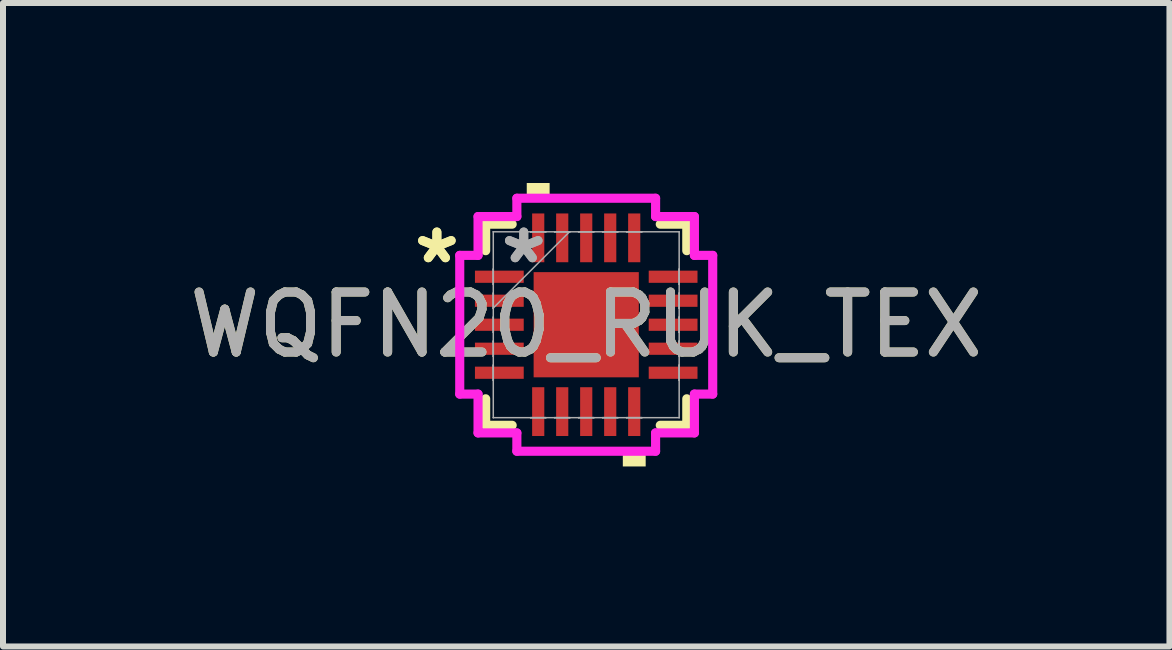
<source format=kicad_pcb>
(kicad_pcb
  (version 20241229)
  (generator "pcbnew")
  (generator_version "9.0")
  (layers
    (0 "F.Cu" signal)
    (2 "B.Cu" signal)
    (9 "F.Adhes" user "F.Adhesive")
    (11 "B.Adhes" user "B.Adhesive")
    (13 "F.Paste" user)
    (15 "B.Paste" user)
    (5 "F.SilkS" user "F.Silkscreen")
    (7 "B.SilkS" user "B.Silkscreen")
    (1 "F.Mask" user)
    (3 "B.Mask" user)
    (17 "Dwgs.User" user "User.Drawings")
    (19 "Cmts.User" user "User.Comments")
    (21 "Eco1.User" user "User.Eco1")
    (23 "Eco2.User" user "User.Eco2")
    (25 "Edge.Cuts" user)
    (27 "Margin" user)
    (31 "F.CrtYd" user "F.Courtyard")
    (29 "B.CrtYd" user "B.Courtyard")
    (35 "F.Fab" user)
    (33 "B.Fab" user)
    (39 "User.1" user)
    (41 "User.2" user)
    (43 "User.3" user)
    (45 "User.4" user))
  (footprint "WQFN20_RUK_TEX"
    (layer "F.Cu")
    (at 6.72 2.362)
    (property "Reference" "WQFN20_RUK_TEX" (at 0 0 0) (unlocked yes) (layer "F.SilkS") (effects (font (size 1 1) (thickness 0.15))))
    (attr smd)
    (fp_line (start -1.676 -1.676) (end -1.676 -1.234) (stroke (width 0.152) (type solid)) (layer "F.SilkS"))
    (fp_line (start -1.676 1.234) (end -1.676 1.676) (stroke (width 0.152) (type solid)) (layer "F.SilkS"))
    (fp_line (start -1.676 1.676) (end -1.234 1.676) (stroke (width 0.152) (type solid)) (layer "F.SilkS"))
    (fp_line (start -1.234 -1.676) (end -1.676 -1.676) (stroke (width 0.152) (type solid)) (layer "F.SilkS"))
    (fp_line (start 1.234 1.676) (end 1.676 1.676) (stroke (width 0.152) (type solid)) (layer "F.SilkS"))
    (fp_line (start 1.676 -1.676) (end 1.234 -1.676) (stroke (width 0.152) (type solid)) (layer "F.SilkS"))
    (fp_line (start 1.676 -1.234) (end 1.676 -1.676) (stroke (width 0.152) (type solid)) (layer "F.SilkS"))
    (fp_line (start 1.676 1.676) (end 1.676 1.234) (stroke (width 0.152) (type solid)) (layer "F.SilkS"))
    (fp_poly (pts (xy -0.991 -2.108) (xy -0.991 -2.362) (xy -0.61 -2.362) (xy -0.61 -2.108)) (stroke (width 0) (type solid)) (fill yes) (layer "F.SilkS"))
    (fp_poly (pts (xy 0.61 2.108) (xy 0.61 2.362) (xy 0.991 2.362) (xy 0.991 2.108)) (stroke (width 0) (type solid)) (fill yes) (layer "F.SilkS"))
    (fp_line (start -2.108 -1.156) (end -1.803 -1.156) (stroke (width 0.152) (type solid)) (layer "F.CrtYd"))
    (fp_line (start -2.108 1.156) (end -2.108 -1.156) (stroke (width 0.152) (type solid)) (layer "F.CrtYd"))
    (fp_line (start -1.803 -1.803) (end -1.156 -1.803) (stroke (width 0.152) (type solid)) (layer "F.CrtYd"))
    (fp_line (start -1.803 -1.156) (end -1.803 -1.803) (stroke (width 0.152) (type solid)) (layer "F.CrtYd"))
    (fp_line (start -1.803 1.156) (end -2.108 1.156) (stroke (width 0.152) (type solid)) (layer "F.CrtYd"))
    (fp_line (start -1.803 1.803) (end -1.803 1.156) (stroke (width 0.152) (type solid)) (layer "F.CrtYd"))
    (fp_line (start -1.156 -2.108) (end 1.156 -2.108) (stroke (width 0.152) (type solid)) (layer "F.CrtYd"))
    (fp_line (start -1.156 -1.803) (end -1.156 -2.108) (stroke (width 0.152) (type solid)) (layer "F.CrtYd"))
    (fp_line (start -1.156 1.803) (end -1.803 1.803) (stroke (width 0.152) (type solid)) (layer "F.CrtYd"))
    (fp_line (start -1.156 2.108) (end -1.156 1.803) (stroke (width 0.152) (type solid)) (layer "F.CrtYd"))
    (fp_line (start 1.156 -2.108) (end 1.156 -1.803) (stroke (width 0.152) (type solid)) (layer "F.CrtYd"))
    (fp_line (start 1.156 -1.803) (end 1.803 -1.803) (stroke (width 0.152) (type solid)) (layer "F.CrtYd"))
    (fp_line (start 1.156 1.803) (end 1.156 2.108) (stroke (width 0.152) (type solid)) (layer "F.CrtYd"))
    (fp_line (start 1.156 2.108) (end -1.156 2.108) (stroke (width 0.152) (type solid)) (layer "F.CrtYd"))
    (fp_line (start 1.803 -1.803) (end 1.803 -1.156) (stroke (width 0.152) (type solid)) (layer "F.CrtYd"))
    (fp_line (start 1.803 -1.156) (end 2.108 -1.156) (stroke (width 0.152) (type solid)) (layer "F.CrtYd"))
    (fp_line (start 1.803 1.156) (end 1.803 1.803) (stroke (width 0.152) (type solid)) (layer "F.CrtYd"))
    (fp_line (start 1.803 1.803) (end 1.156 1.803) (stroke (width 0.152) (type solid)) (layer "F.CrtYd"))
    (fp_line (start 2.108 -1.156) (end 2.108 1.156) (stroke (width 0.152) (type solid)) (layer "F.CrtYd"))
    (fp_line (start 2.108 1.156) (end 1.803 1.156) (stroke (width 0.152) (type solid)) (layer "F.CrtYd"))
    (fp_line (start -1.549 -1.549) (end -1.549 -1.549) (stroke (width 0.025) (type solid)) (layer "F.Fab"))
    (fp_line (start -1.549 -1.549) (end -1.549 1.549) (stroke (width 0.025) (type solid)) (layer "F.Fab"))
    (fp_line (start -1.549 -0.927) (end -1.549 -0.927) (stroke (width 0.025) (type solid)) (layer "F.Fab"))
    (fp_line (start -1.549 -0.927) (end -1.549 -0.673) (stroke (width 0.025) (type solid)) (layer "F.Fab"))
    (fp_line (start -1.549 -0.673) (end -1.549 -0.927) (stroke (width 0.025) (type solid)) (layer "F.Fab"))
    (fp_line (start -1.549 -0.673) (end -1.549 -0.673) (stroke (width 0.025) (type solid)) (layer "F.Fab"))
    (fp_line (start -1.549 -0.527) (end -1.549 -0.527) (stroke (width 0.025) (type solid)) (layer "F.Fab"))
    (fp_line (start -1.549 -0.527) (end -1.549 -0.273) (stroke (width 0.025) (type solid)) (layer "F.Fab"))
    (fp_line (start -1.549 -0.279) (end -0.279 -1.549) (stroke (width 0.025) (type solid)) (layer "F.Fab"))
    (fp_line (start -1.549 -0.273) (end -1.549 -0.527) (stroke (width 0.025) (type solid)) (layer "F.Fab"))
    (fp_line (start -1.549 -0.273) (end -1.549 -0.273) (stroke (width 0.025) (type solid)) (layer "F.Fab"))
    (fp_line (start -1.549 -0.127) (end -1.549 -0.127) (stroke (width 0.025) (type solid)) (layer "F.Fab"))
    (fp_line (start -1.549 -0.127) (end -1.549 0.127) (stroke (width 0.025) (type solid)) (layer "F.Fab"))
    (fp_line (start -1.549 0.127) (end -1.549 -0.127) (stroke (width 0.025) (type solid)) (layer "F.Fab"))
    (fp_line (start -1.549 0.127) (end -1.549 0.127) (stroke (width 0.025) (type solid)) (layer "F.Fab"))
    (fp_line (start -1.549 0.273) (end -1.549 0.273) (stroke (width 0.025) (type solid)) (layer "F.Fab"))
    (fp_line (start -1.549 0.273) (end -1.549 0.527) (stroke (width 0.025) (type solid)) (layer "F.Fab"))
    (fp_line (start -1.549 0.527) (end -1.549 0.273) (stroke (width 0.025) (type solid)) (layer "F.Fab"))
    (fp_line (start -1.549 0.527) (end -1.549 0.527) (stroke (width 0.025) (type solid)) (layer "F.Fab"))
    (fp_line (start -1.549 0.673) (end -1.549 0.673) (stroke (width 0.025) (type solid)) (layer "F.Fab"))
    (fp_line (start -1.549 0.673) (end -1.549 0.927) (stroke (width 0.025) (type solid)) (layer "F.Fab"))
    (fp_line (start -1.549 0.927) (end -1.549 0.673) (stroke (width 0.025) (type solid)) (layer "F.Fab"))
    (fp_line (start -1.549 0.927) (end -1.549 0.927) (stroke (width 0.025) (type solid)) (layer "F.Fab"))
    (fp_line (start -1.549 1.549) (end -1.549 1.549) (stroke (width 0.025) (type solid)) (layer "F.Fab"))
    (fp_line (start -1.549 1.549) (end 1.549 1.549) (stroke (width 0.025) (type solid)) (layer "F.Fab"))
    (fp_line (start -0.927 -1.549) (end -0.927 -1.549) (stroke (width 0.025) (type solid)) (layer "F.Fab"))
    (fp_line (start -0.927 -1.549) (end -0.673 -1.549) (stroke (width 0.025) (type solid)) (layer "F.Fab"))
    (fp_line (start -0.927 1.549) (end -0.927 1.549) (stroke (width 0.025) (type solid)) (layer "F.Fab"))
    (fp_line (start -0.927 1.549) (end -0.673 1.549) (stroke (width 0.025) (type solid)) (layer "F.Fab"))
    (fp_line (start -0.673 -1.549) (end -0.927 -1.549) (stroke (width 0.025) (type solid)) (layer "F.Fab"))
    (fp_line (start -0.673 -1.549) (end -0.673 -1.549) (stroke (width 0.025) (type solid)) (layer "F.Fab"))
    (fp_line (start -0.673 1.549) (end -0.927 1.549) (stroke (width 0.025) (type solid)) (layer "F.Fab"))
    (fp_line (start -0.673 1.549) (end -0.673 1.549) (stroke (width 0.025) (type solid)) (layer "F.Fab"))
    (fp_line (start -0.527 -1.549) (end -0.527 -1.549) (stroke (width 0.025) (type solid)) (layer "F.Fab"))
    (fp_line (start -0.527 -1.549) (end -0.273 -1.549) (stroke (width 0.025) (type solid)) (layer "F.Fab"))
    (fp_line (start -0.527 1.549) (end -0.527 1.549) (stroke (width 0.025) (type solid)) (layer "F.Fab"))
    (fp_line (start -0.527 1.549) (end -0.273 1.549) (stroke (width 0.025) (type solid)) (layer "F.Fab"))
    (fp_line (start -0.273 -1.549) (end -0.527 -1.549) (stroke (width 0.025) (type solid)) (layer "F.Fab"))
    (fp_line (start -0.273 -1.549) (end -0.273 -1.549) (stroke (width 0.025) (type solid)) (layer "F.Fab"))
    (fp_line (start -0.273 1.549) (end -0.527 1.549) (stroke (width 0.025) (type solid)) (layer "F.Fab"))
    (fp_line (start -0.273 1.549) (end -0.273 1.549) (stroke (width 0.025) (type solid)) (layer "F.Fab"))
    (fp_line (start -0.127 -1.549) (end -0.127 -1.549) (stroke (width 0.025) (type solid)) (layer "F.Fab"))
    (fp_line (start -0.127 -1.549) (end 0.127 -1.549) (stroke (width 0.025) (type solid)) (layer "F.Fab"))
    (fp_line (start -0.127 1.549) (end -0.127 1.549) (stroke (width 0.025) (type solid)) (layer "F.Fab"))
    (fp_line (start -0.127 1.549) (end 0.127 1.549) (stroke (width 0.025) (type solid)) (layer "F.Fab"))
    (fp_line (start 0.127 -1.549) (end -0.127 -1.549) (stroke (width 0.025) (type solid)) (layer "F.Fab"))
    (fp_line (start 0.127 -1.549) (end 0.127 -1.549) (stroke (width 0.025) (type solid)) (layer "F.Fab"))
    (fp_line (start 0.127 1.549) (end -0.127 1.549) (stroke (width 0.025) (type solid)) (layer "F.Fab"))
    (fp_line (start 0.127 1.549) (end 0.127 1.549) (stroke (width 0.025) (type solid)) (layer "F.Fab"))
    (fp_line (start 0.273 -1.549) (end 0.273 -1.549) (stroke (width 0.025) (type solid)) (layer "F.Fab"))
    (fp_line (start 0.273 -1.549) (end 0.527 -1.549) (stroke (width 0.025) (type solid)) (layer "F.Fab"))
    (fp_line (start 0.273 1.549) (end 0.273 1.549) (stroke (width 0.025) (type solid)) (layer "F.Fab"))
    (fp_line (start 0.273 1.549) (end 0.527 1.549) (stroke (width 0.025) (type solid)) (layer "F.Fab"))
    (fp_line (start 0.527 -1.549) (end 0.273 -1.549) (stroke (width 0.025) (type solid)) (layer "F.Fab"))
    (fp_line (start 0.527 -1.549) (end 0.527 -1.549) (stroke (width 0.025) (type solid)) (layer "F.Fab"))
    (fp_line (start 0.527 1.549) (end 0.273 1.549) (stroke (width 0.025) (type solid)) (layer "F.Fab"))
    (fp_line (start 0.527 1.549) (end 0.527 1.549) (stroke (width 0.025) (type solid)) (layer "F.Fab"))
    (fp_line (start 0.673 -1.549) (end 0.673 -1.549) (stroke (width 0.025) (type solid)) (layer "F.Fab"))
    (fp_line (start 0.673 -1.549) (end 0.927 -1.549) (stroke (width 0.025) (type solid)) (layer "F.Fab"))
    (fp_line (start 0.673 1.549) (end 0.673 1.549) (stroke (width 0.025) (type solid)) (layer "F.Fab"))
    (fp_line (start 0.673 1.549) (end 0.927 1.549) (stroke (width 0.025) (type solid)) (layer "F.Fab"))
    (fp_line (start 0.927 -1.549) (end 0.673 -1.549) (stroke (width 0.025) (type solid)) (layer "F.Fab"))
    (fp_line (start 0.927 -1.549) (end 0.927 -1.549) (stroke (width 0.025) (type solid)) (layer "F.Fab"))
    (fp_line (start 0.927 1.549) (end 0.673 1.549) (stroke (width 0.025) (type solid)) (layer "F.Fab"))
    (fp_line (start 0.927 1.549) (end 0.927 1.549) (stroke (width 0.025) (type solid)) (layer "F.Fab"))
    (fp_line (start 1.549 -1.549) (end -1.549 -1.549) (stroke (width 0.025) (type solid)) (layer "F.Fab"))
    (fp_line (start 1.549 -1.549) (end 1.549 -1.549) (stroke (width 0.025) (type solid)) (layer "F.Fab"))
    (fp_line (start 1.549 -0.927) (end 1.549 -0.927) (stroke (width 0.025) (type solid)) (layer "F.Fab"))
    (fp_line (start 1.549 -0.927) (end 1.549 -0.673) (stroke (width 0.025) (type solid)) (layer "F.Fab"))
    (fp_line (start 1.549 -0.673) (end 1.549 -0.927) (stroke (width 0.025) (type solid)) (layer "F.Fab"))
    (fp_line (start 1.549 -0.673) (end 1.549 -0.673) (stroke (width 0.025) (type solid)) (layer "F.Fab"))
    (fp_line (start 1.549 -0.527) (end 1.549 -0.527) (stroke (width 0.025) (type solid)) (layer "F.Fab"))
    (fp_line (start 1.549 -0.527) (end 1.549 -0.273) (stroke (width 0.025) (type solid)) (layer "F.Fab"))
    (fp_line (start 1.549 -0.273) (end 1.549 -0.527) (stroke (width 0.025) (type solid)) (layer "F.Fab"))
    (fp_line (start 1.549 -0.273) (end 1.549 -0.273) (stroke (width 0.025) (type solid)) (layer "F.Fab"))
    (fp_line (start 1.549 -0.127) (end 1.549 -0.127) (stroke (width 0.025) (type solid)) (layer "F.Fab"))
    (fp_line (start 1.549 -0.127) (end 1.549 0.127) (stroke (width 0.025) (type solid)) (layer "F.Fab"))
    (fp_line (start 1.549 0.127) (end 1.549 -0.127) (stroke (width 0.025) (type solid)) (layer "F.Fab"))
    (fp_line (start 1.549 0.127) (end 1.549 0.127) (stroke (width 0.025) (type solid)) (layer "F.Fab"))
    (fp_line (start 1.549 0.273) (end 1.549 0.273) (stroke (width 0.025) (type solid)) (layer "F.Fab"))
    (fp_line (start 1.549 0.273) (end 1.549 0.527) (stroke (width 0.025) (type solid)) (layer "F.Fab"))
    (fp_line (start 1.549 0.527) (end 1.549 0.273) (stroke (width 0.025) (type solid)) (layer "F.Fab"))
    (fp_line (start 1.549 0.527) (end 1.549 0.527) (stroke (width 0.025) (type solid)) (layer "F.Fab"))
    (fp_line (start 1.549 0.673) (end 1.549 0.673) (stroke (width 0.025) (type solid)) (layer "F.Fab"))
    (fp_line (start 1.549 0.673) (end 1.549 0.927) (stroke (width 0.025) (type solid)) (layer "F.Fab"))
    (fp_line (start 1.549 0.927) (end 1.549 0.673) (stroke (width 0.025) (type solid)) (layer "F.Fab"))
    (fp_line (start 1.549 0.927) (end 1.549 0.927) (stroke (width 0.025) (type solid)) (layer "F.Fab"))
    (fp_line (start 1.549 1.549) (end 1.549 -1.549) (stroke (width 0.025) (type solid)) (layer "F.Fab"))
    (fp_line (start 1.549 1.549) (end 1.549 1.549) (stroke (width 0.025) (type solid)) (layer "F.Fab"))
    (fp_text user "*" (at -2.489 -1 0) (unlocked yes) (layer "F.SilkS") (effects (font (size 1 1) (thickness 0.15))))
    (fp_text user "*" (at -2.489 -1 0) (layer "F.SilkS") (effects (font (size 1 1) (thickness 0.15))))
    (fp_text user "*" (at -1.041 -1 0) (layer "F.Fab") (effects (font (size 1 1) (thickness 0.15))))
    (fp_text user "${REFERENCE}" (at 0 0 0) (unlocked yes) (layer "F.Fab") (effects (font (size 1 1) (thickness 0.15))))
    (fp_text user "*" (at -1.041 -1 0) (unlocked yes) (layer "F.Fab") (effects (font (size 1 1) (thickness 0.15))))
    (pad "1" smd rect (at -1.448 -0.8 90) (size 0.203 0.813) (layers "F.Cu" "F.Mask" "F.Paste"))
    (pad "2" smd rect (at -1.448 -0.4 90) (size 0.203 0.813) (layers "F.Cu" "F.Mask" "F.Paste"))
    (pad "3" smd rect (at -1.448 0 90) (size 0.203 0.813) (layers "F.Cu" "F.Mask" "F.Paste"))
    (pad "4" smd rect (at -1.448 0.4 90) (size 0.203 0.813) (layers "F.Cu" "F.Mask" "F.Paste"))
    (pad "5" smd rect (at -1.448 0.8 90) (size 0.203 0.813) (layers "F.Cu" "F.Mask" "F.Paste"))
    (pad "6" smd rect (at -0.8 1.448) (size 0.203 0.813) (layers "F.Cu" "F.Mask" "F.Paste"))
    (pad "7" smd rect (at -0.4 1.448) (size 0.203 0.813) (layers "F.Cu" "F.Mask" "F.Paste"))
    (pad "8" smd rect (at 0 1.448) (size 0.203 0.813) (layers "F.Cu" "F.Mask" "F.Paste"))
    (pad "9" smd rect (at 0.4 1.448) (size 0.203 0.813) (layers "F.Cu" "F.Mask" "F.Paste"))
    (pad "10" smd rect (at 0.8 1.448) (size 0.203 0.813) (layers "F.Cu" "F.Mask" "F.Paste"))
    (pad "11" smd rect (at 1.448 0.8 90) (size 0.203 0.813) (layers "F.Cu" "F.Mask" "F.Paste"))
    (pad "12" smd rect (at 1.448 0.4 90) (size 0.203 0.813) (layers "F.Cu" "F.Mask" "F.Paste"))
    (pad "13" smd rect (at 1.448 0 90) (size 0.203 0.813) (layers "F.Cu" "F.Mask" "F.Paste"))
    (pad "14" smd rect (at 1.448 -0.4 90) (size 0.203 0.813) (layers "F.Cu" "F.Mask" "F.Paste"))
    (pad "15" smd rect (at 1.448 -0.8 90) (size 0.203 0.813) (layers "F.Cu" "F.Mask" "F.Paste"))
    (pad "16" smd rect (at 0.8 -1.448) (size 0.203 0.813) (layers "F.Cu" "F.Mask" "F.Paste"))
    (pad "17" smd rect (at 0.4 -1.448) (size 0.203 0.813) (layers "F.Cu" "F.Mask" "F.Paste"))
    (pad "18" smd rect (at 0 -1.448) (size 0.203 0.813) (layers "F.Cu" "F.Mask" "F.Paste"))
    (pad "19" smd rect (at -0.4 -1.448) (size 0.203 0.813) (layers "F.Cu" "F.Mask" "F.Paste"))
    (pad "20" smd rect (at -0.8 -1.448) (size 0.203 0.813) (layers "F.Cu" "F.Mask" "F.Paste"))
    (pad "21" smd rect (at 0 0) (size 1.753 1.753) (layers "F.Cu" "F.Mask" "F.Paste")))
  (gr_rect
    (start -3 -3)
    (end 16.44 7.724)
    (stroke (width 0.1) (type default))
    (fill no)
    (layer "Edge.Cuts")))
</source>
